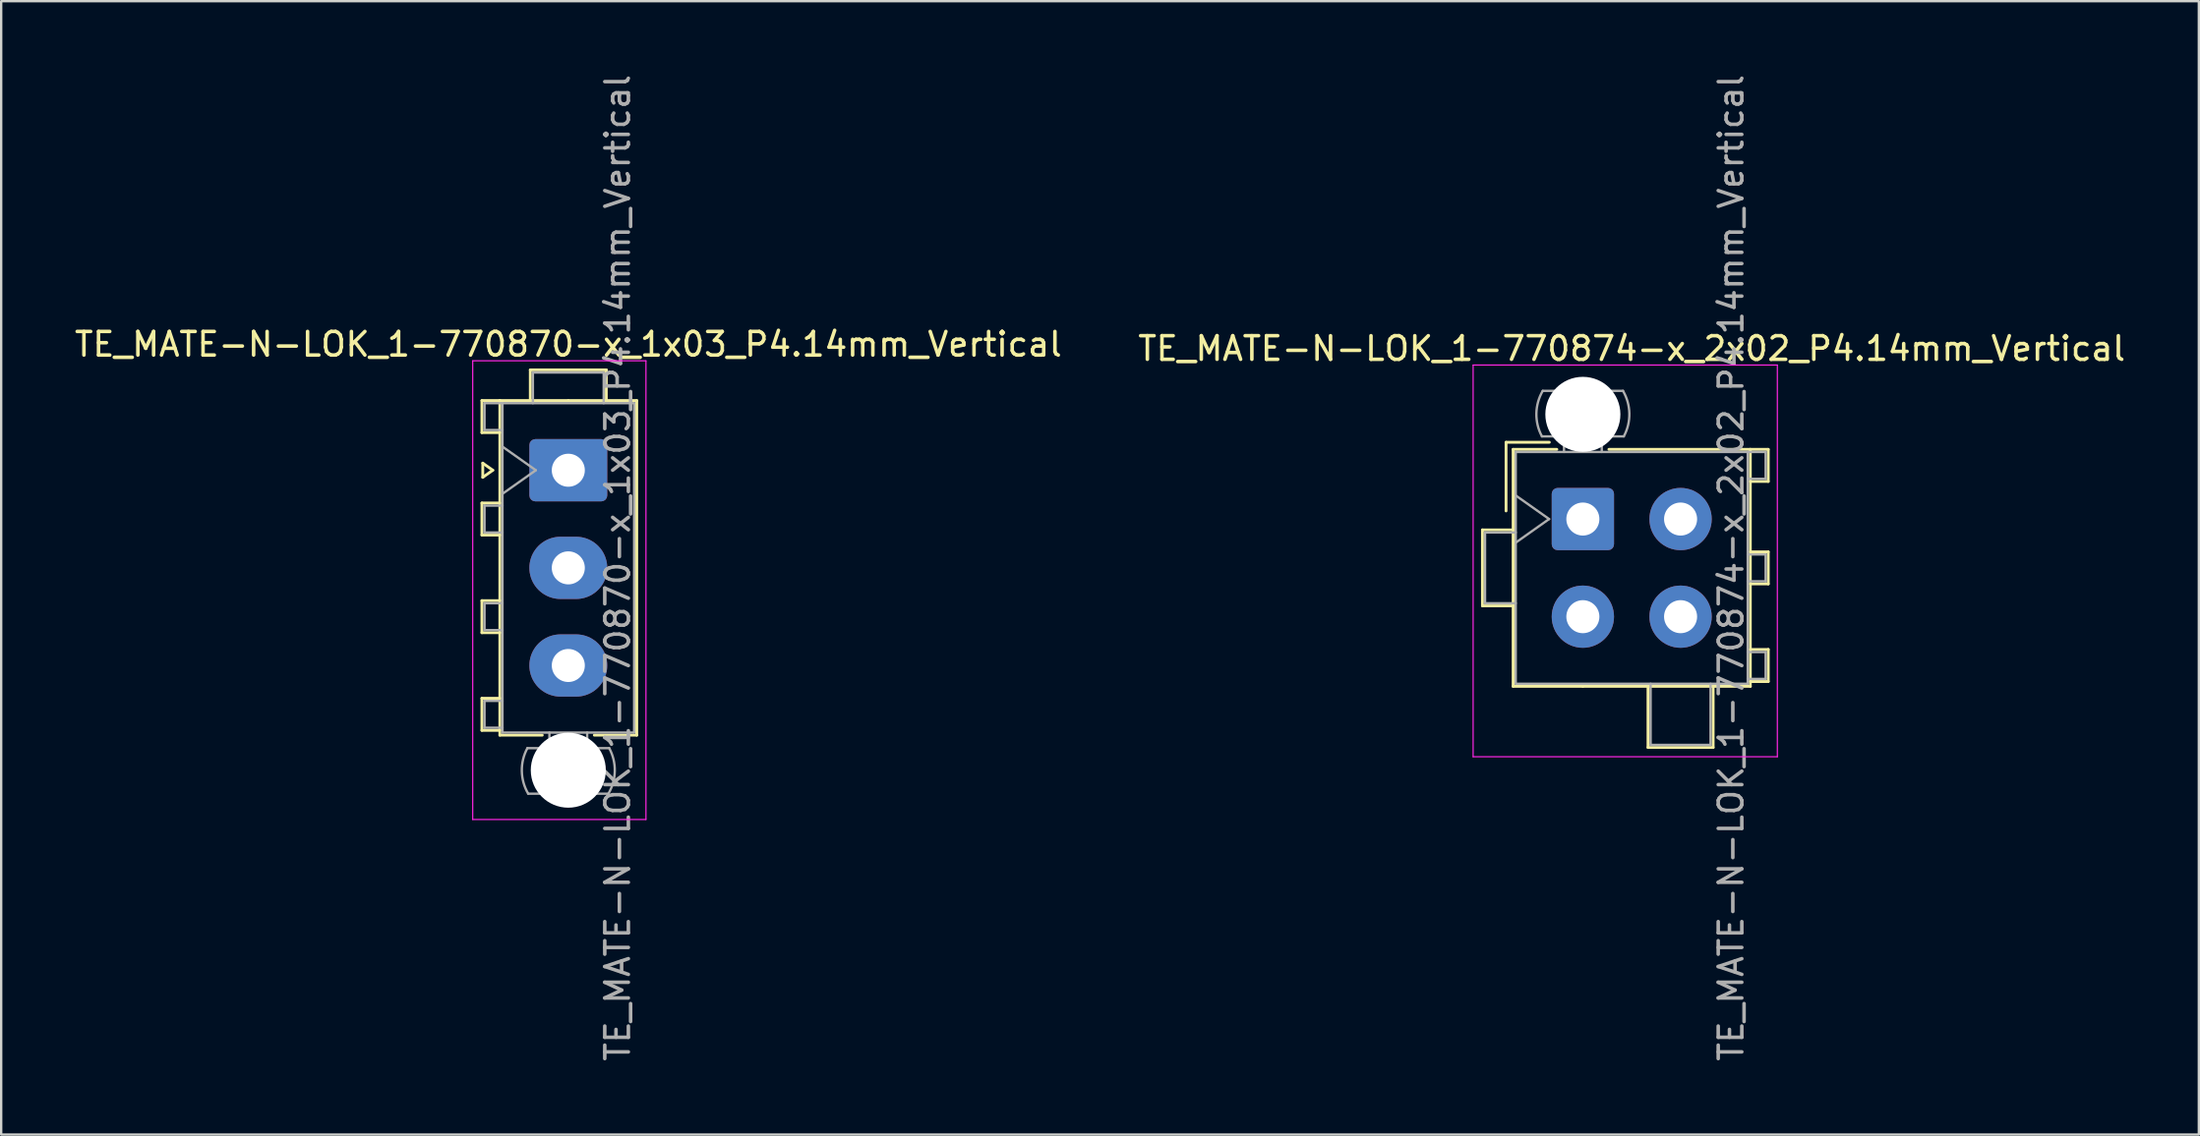
<source format=kicad_pcb>
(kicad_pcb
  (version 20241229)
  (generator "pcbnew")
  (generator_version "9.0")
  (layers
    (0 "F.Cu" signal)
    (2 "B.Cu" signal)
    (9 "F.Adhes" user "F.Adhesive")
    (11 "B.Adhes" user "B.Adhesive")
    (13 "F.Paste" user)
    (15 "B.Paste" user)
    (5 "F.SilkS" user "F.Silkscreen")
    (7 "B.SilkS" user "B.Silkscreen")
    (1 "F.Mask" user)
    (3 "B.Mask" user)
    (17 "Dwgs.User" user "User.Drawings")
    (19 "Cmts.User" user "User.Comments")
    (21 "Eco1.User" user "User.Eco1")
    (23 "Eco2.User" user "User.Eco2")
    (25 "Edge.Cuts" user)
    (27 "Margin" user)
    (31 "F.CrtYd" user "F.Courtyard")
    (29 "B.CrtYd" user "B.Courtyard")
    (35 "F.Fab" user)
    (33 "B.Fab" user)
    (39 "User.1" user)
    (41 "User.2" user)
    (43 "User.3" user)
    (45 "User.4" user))
  (footprint "TE_MATE-N-LOK_1-770870-x_1x03_P4.14mm_Vertical"
    (layer "F.Cu")
    (at 21.03 16.89)
    (property "Reference" "TE_MATE-N-LOK_1-770870-x_1x03_P4.14mm_Vertical" (at 0 -5.34 0) (layer "F.SilkS") (effects (font (size 1 1) (thickness 0.15))))
    (attr through_hole)
    (fp_line (start -3.66 -2.955) (end -3.66 -1.595) (stroke (width 0.12) (type solid)) (layer "F.SilkS"))
    (fp_line (start -3.66 -1.595) (end -2.9 -1.595) (stroke (width 0.12) (type solid)) (layer "F.SilkS"))
    (fp_line (start -3.66 1.39) (end -3.66 2.75) (stroke (width 0.12) (type solid)) (layer "F.SilkS"))
    (fp_line (start -3.66 2.75) (end -2.9 2.75) (stroke (width 0.12) (type solid)) (layer "F.SilkS"))
    (fp_line (start -3.66 5.53) (end -3.66 6.89) (stroke (width 0.12) (type solid)) (layer "F.SilkS"))
    (fp_line (start -3.66 6.89) (end -2.9 6.89) (stroke (width 0.12) (type solid)) (layer "F.SilkS"))
    (fp_line (start -3.66 9.67) (end -3.66 11.03) (stroke (width 0.12) (type solid)) (layer "F.SilkS"))
    (fp_line (start -3.66 11.03) (end -2.9 11.03) (stroke (width 0.12) (type solid)) (layer "F.SilkS"))
    (fp_line (start -3.624 -0.3) (end -3.2 0) (stroke (width 0.12) (type solid)) (layer "F.SilkS"))
    (fp_line (start -3.624 0.3) (end -3.624 -0.3) (stroke (width 0.12) (type solid)) (layer "F.SilkS"))
    (fp_line (start -3.2 0) (end -3.624 0.3) (stroke (width 0.12) (type solid)) (layer "F.SilkS"))
    (fp_line (start -2.9 -2.955) (end -3.66 -2.955) (stroke (width 0.12) (type solid)) (layer "F.SilkS"))
    (fp_line (start -2.9 -2.955) (end -2.9 11.235) (stroke (width 0.12) (type solid)) (layer "F.SilkS"))
    (fp_line (start -2.9 1.39) (end -3.66 1.39) (stroke (width 0.12) (type solid)) (layer "F.SilkS"))
    (fp_line (start -2.9 5.53) (end -3.66 5.53) (stroke (width 0.12) (type solid)) (layer "F.SilkS"))
    (fp_line (start -2.9 9.67) (end -3.66 9.67) (stroke (width 0.12) (type solid)) (layer "F.SilkS"))
    (fp_line (start -2.9 11.235) (end -1.103 11.235) (stroke (width 0.12) (type solid)) (layer "F.SilkS"))
    (fp_line (start -1.61 -4.255) (end 1.61 -4.255) (stroke (width 0.12) (type solid)) (layer "F.SilkS"))
    (fp_line (start -1.61 -2.955) (end -1.61 -4.255) (stroke (width 0.12) (type solid)) (layer "F.SilkS"))
    (fp_line (start 0 -2.955) (end -2.9 -2.955) (stroke (width 0.12) (type solid)) (layer "F.SilkS"))
    (fp_line (start 0 -2.955) (end 2.9 -2.955) (stroke (width 0.12) (type solid)) (layer "F.SilkS"))
    (fp_line (start 1.61 -4.255) (end 1.61 -2.955) (stroke (width 0.12) (type solid)) (layer "F.SilkS"))
    (fp_line (start 2.9 -2.955) (end 2.9 11.235) (stroke (width 0.12) (type solid)) (layer "F.SilkS"))
    (fp_line (start 2.9 11.235) (end 1.103 11.235) (stroke (width 0.12) (type solid)) (layer "F.SilkS"))
    (fp_line (start -4.05 -4.64) (end -4.05 14.81) (stroke (width 0.05) (type solid)) (layer "F.CrtYd"))
    (fp_line (start -4.05 14.81) (end 3.29 14.81) (stroke (width 0.05) (type solid)) (layer "F.CrtYd"))
    (fp_line (start 3.29 -4.64) (end -4.05 -4.64) (stroke (width 0.05) (type solid)) (layer "F.CrtYd"))
    (fp_line (start 3.29 14.81) (end 3.29 -4.64) (stroke (width 0.05) (type solid)) (layer "F.CrtYd"))
    (fp_line (start -3.55 -2.845) (end -3.55 -1.705) (stroke (width 0.1) (type solid)) (layer "F.Fab"))
    (fp_line (start -3.55 -1.705) (end -2.79 -1.705) (stroke (width 0.1) (type solid)) (layer "F.Fab"))
    (fp_line (start -3.55 1.5) (end -3.55 2.64) (stroke (width 0.1) (type solid)) (layer "F.Fab"))
    (fp_line (start -3.55 2.64) (end -2.79 2.64) (stroke (width 0.1) (type solid)) (layer "F.Fab"))
    (fp_line (start -3.55 5.64) (end -3.55 6.78) (stroke (width 0.1) (type solid)) (layer "F.Fab"))
    (fp_line (start -3.55 6.78) (end -2.79 6.78) (stroke (width 0.1) (type solid)) (layer "F.Fab"))
    (fp_line (start -3.55 9.78) (end -3.55 10.92) (stroke (width 0.1) (type solid)) (layer "F.Fab"))
    (fp_line (start -3.55 10.92) (end -2.79 10.92) (stroke (width 0.1) (type solid)) (layer "F.Fab"))
    (fp_line (start -2.79 -2.845) (end -3.55 -2.845) (stroke (width 0.1) (type solid)) (layer "F.Fab"))
    (fp_line (start -2.79 -2.845) (end -2.79 11.125) (stroke (width 0.1) (type solid)) (layer "F.Fab"))
    (fp_line (start -2.79 -1) (end -1.376 0) (stroke (width 0.1) (type solid)) (layer "F.Fab"))
    (fp_line (start -2.79 1.5) (end -3.55 1.5) (stroke (width 0.1) (type solid)) (layer "F.Fab"))
    (fp_line (start -2.79 5.64) (end -3.55 5.64) (stroke (width 0.1) (type solid)) (layer "F.Fab"))
    (fp_line (start -2.79 9.78) (end -3.55 9.78) (stroke (width 0.1) (type solid)) (layer "F.Fab"))
    (fp_line (start -2.79 11.125) (end 2.79 11.125) (stroke (width 0.1) (type solid)) (layer "F.Fab"))
    (fp_line (start -1.5 -4.145) (end 1.5 -4.145) (stroke (width 0.1) (type solid)) (layer "F.Fab"))
    (fp_line (start -1.5 -2.845) (end -1.5 -4.145) (stroke (width 0.1) (type solid)) (layer "F.Fab"))
    (fp_line (start -1.376 0) (end -2.79 1) (stroke (width 0.1) (type solid)) (layer "F.Fab"))
    (fp_line (start -0.8 11.125) (end -0.8 11.785) (stroke (width 0.1) (type solid)) (layer "F.Fab"))
    (fp_line (start 0.8 11.125) (end 0.8 11.785) (stroke (width 0.1) (type solid)) (layer "F.Fab"))
    (fp_line (start 1.5 -4.145) (end 1.5 -2.845) (stroke (width 0.1) (type solid)) (layer "F.Fab"))
    (fp_line (start 1.7 13.716) (end -1.7 13.716) (stroke (width 0.1) (type solid)) (layer "F.Fab"))
    (fp_line (start 1.734 11.785) (end -1.734 11.785) (stroke (width 0.1) (type solid)) (layer "F.Fab"))
    (fp_line (start 2.79 -2.845) (end -2.79 -2.845) (stroke (width 0.1) (type solid)) (layer "F.Fab"))
    (fp_line (start 2.79 11.125) (end 2.79 -2.845) (stroke (width 0.1) (type solid)) (layer "F.Fab"))
    (fp_arc (start -1.699672 13.716) (mid -1.969689 12.754992) (end -1.733977 11.785) (stroke (width 0.1) (type solid)) (layer "F.Fab"))
    (fp_arc (start 1.733977 11.785) (mid 1.96969 12.754992) (end 1.699672 13.716) (stroke (width 0.1) (type solid)) (layer "F.Fab"))
    (fp_text user "${REFERENCE}" (at 2.09 4.14 90) (layer "F.Fab") (effects (font (size 1 1) (thickness 0.15))))
    (pad "" np_thru_hole circle (at 0 12.72) (size 3.18 3.18) (drill 3.18) (layers "*.Cu" "*.Mask"))
    (pad "1" thru_hole roundrect (at 0 0) (size 3.3 2.64) (drill 1.4) (layers "*.Cu" "*.Mask") (roundrect_rratio 0.095))
    (pad "2" thru_hole oval (at 0 4.14) (size 3.3 2.64) (drill 1.4) (layers "*.Cu" "*.Mask"))
    (pad "3" thru_hole oval (at 0 8.28) (size 3.3 2.64) (drill 1.4) (layers "*.Cu" "*.Mask")))
  (footprint "TE_MATE-N-LOK_1-770874-x_2x02_P4.14mm_Vertical"
    (layer "F.Cu")
    (at 64.019 18.96)
    (property "Reference" "TE_MATE-N-LOK_1-770874-x_2x02_P4.14mm_Vertical" (at 2.07 -7.23 0) (layer "F.SilkS") (effects (font (size 1 1) (thickness 0.15))))
    (attr through_hole)
    (fp_line (start -4.255 0.46) (end -4.255 3.68) (stroke (width 0.12) (type solid)) (layer "F.SilkS"))
    (fp_line (start -4.255 3.68) (end -2.955 3.68) (stroke (width 0.12) (type solid)) (layer "F.SilkS"))
    (fp_line (start -3.255 -3.255) (end -3.255 -0.345) (stroke (width 0.12) (type solid)) (layer "F.SilkS"))
    (fp_line (start -2.955 -2.955) (end -2.955 7.095) (stroke (width 0.12) (type solid)) (layer "F.SilkS"))
    (fp_line (start -2.955 0.46) (end -4.255 0.46) (stroke (width 0.12) (type solid)) (layer "F.SilkS"))
    (fp_line (start -2.955 7.095) (end 0 7.095) (stroke (width 0.12) (type solid)) (layer "F.SilkS"))
    (fp_line (start -1.421 -3.255) (end -3.255 -3.255) (stroke (width 0.12) (type solid)) (layer "F.SilkS"))
    (fp_line (start -1.103 -2.955) (end -2.955 -2.955) (stroke (width 0.12) (type solid)) (layer "F.SilkS"))
    (fp_line (start 1.103 -2.955) (end 7.095 -2.955) (stroke (width 0.12) (type solid)) (layer "F.SilkS"))
    (fp_line (start 2.76 7.095) (end 2.76 9.686) (stroke (width 0.12) (type solid)) (layer "F.SilkS"))
    (fp_line (start 2.76 9.686) (end 5.52 9.686) (stroke (width 0.12) (type solid)) (layer "F.SilkS"))
    (fp_line (start 5.52 9.686) (end 5.52 7.095) (stroke (width 0.12) (type solid)) (layer "F.SilkS"))
    (fp_line (start 7.095 -2.955) (end 7.095 7.095) (stroke (width 0.12) (type solid)) (layer "F.SilkS"))
    (fp_line (start 7.095 -2.955) (end 7.855 -2.955) (stroke (width 0.12) (type solid)) (layer "F.SilkS"))
    (fp_line (start 7.095 1.39) (end 7.855 1.39) (stroke (width 0.12) (type solid)) (layer "F.SilkS"))
    (fp_line (start 7.095 5.53) (end 7.855 5.53) (stroke (width 0.12) (type solid)) (layer "F.SilkS"))
    (fp_line (start 7.095 7.095) (end 0 7.095) (stroke (width 0.12) (type solid)) (layer "F.SilkS"))
    (fp_line (start 7.855 -2.955) (end 7.855 -1.595) (stroke (width 0.12) (type solid)) (layer "F.SilkS"))
    (fp_line (start 7.855 -1.595) (end 7.095 -1.595) (stroke (width 0.12) (type solid)) (layer "F.SilkS"))
    (fp_line (start 7.855 1.39) (end 7.855 2.75) (stroke (width 0.12) (type solid)) (layer "F.SilkS"))
    (fp_line (start 7.855 2.75) (end 7.095 2.75) (stroke (width 0.12) (type solid)) (layer "F.SilkS"))
    (fp_line (start 7.855 5.53) (end 7.855 6.89) (stroke (width 0.12) (type solid)) (layer "F.SilkS"))
    (fp_line (start 7.855 6.89) (end 7.095 6.89) (stroke (width 0.12) (type solid)) (layer "F.SilkS"))
    (fp_line (start -4.65 -6.53) (end -4.65 10.08) (stroke (width 0.05) (type solid)) (layer "F.CrtYd"))
    (fp_line (start -4.65 10.08) (end 8.24 10.08) (stroke (width 0.05) (type solid)) (layer "F.CrtYd"))
    (fp_line (start 8.24 -6.53) (end -4.65 -6.53) (stroke (width 0.05) (type solid)) (layer "F.CrtYd"))
    (fp_line (start 8.24 10.08) (end 8.24 -6.53) (stroke (width 0.05) (type solid)) (layer "F.CrtYd"))
    (fp_line (start -4.145 0.57) (end -4.145 3.57) (stroke (width 0.1) (type solid)) (layer "F.Fab"))
    (fp_line (start -4.145 3.57) (end -2.845 3.57) (stroke (width 0.1) (type solid)) (layer "F.Fab"))
    (fp_line (start -2.845 -2.845) (end -2.845 6.985) (stroke (width 0.1) (type solid)) (layer "F.Fab"))
    (fp_line (start -2.845 -1) (end -1.431 0) (stroke (width 0.1) (type solid)) (layer "F.Fab"))
    (fp_line (start -2.845 0.57) (end -4.145 0.57) (stroke (width 0.1) (type solid)) (layer "F.Fab"))
    (fp_line (start -2.845 6.985) (end 6.985 6.985) (stroke (width 0.1) (type solid)) (layer "F.Fab"))
    (fp_line (start -1.431 0) (end -2.845 1) (stroke (width 0.1) (type solid)) (layer "F.Fab"))
    (fp_line (start -0.8 -2.845) (end -0.8 -3.505) (stroke (width 0.1) (type solid)) (layer "F.Fab"))
    (fp_line (start 0.8 -2.845) (end 0.8 -3.505) (stroke (width 0.1) (type solid)) (layer "F.Fab"))
    (fp_line (start 1.7 -5.436) (end -1.7 -5.436) (stroke (width 0.1) (type solid)) (layer "F.Fab"))
    (fp_line (start 1.734 -3.505) (end -1.734 -3.505) (stroke (width 0.1) (type solid)) (layer "F.Fab"))
    (fp_line (start 2.87 6.985) (end 2.87 9.576) (stroke (width 0.1) (type solid)) (layer "F.Fab"))
    (fp_line (start 2.87 9.576) (end 5.41 9.576) (stroke (width 0.1) (type solid)) (layer "F.Fab"))
    (fp_line (start 5.41 9.576) (end 5.41 6.985) (stroke (width 0.1) (type solid)) (layer "F.Fab"))
    (fp_line (start 6.985 -2.845) (end -2.845 -2.845) (stroke (width 0.1) (type solid)) (layer "F.Fab"))
    (fp_line (start 6.985 -2.845) (end 7.745 -2.845) (stroke (width 0.1) (type solid)) (layer "F.Fab"))
    (fp_line (start 6.985 1.5) (end 7.745 1.5) (stroke (width 0.1) (type solid)) (layer "F.Fab"))
    (fp_line (start 6.985 5.64) (end 7.745 5.64) (stroke (width 0.1) (type solid)) (layer "F.Fab"))
    (fp_line (start 6.985 6.985) (end 6.985 -2.845) (stroke (width 0.1) (type solid)) (layer "F.Fab"))
    (fp_line (start 7.745 -2.845) (end 7.745 -1.705) (stroke (width 0.1) (type solid)) (layer "F.Fab"))
    (fp_line (start 7.745 -1.705) (end 6.985 -1.705) (stroke (width 0.1) (type solid)) (layer "F.Fab"))
    (fp_line (start 7.745 1.5) (end 7.745 2.64) (stroke (width 0.1) (type solid)) (layer "F.Fab"))
    (fp_line (start 7.745 2.64) (end 6.985 2.64) (stroke (width 0.1) (type solid)) (layer "F.Fab"))
    (fp_line (start 7.745 5.64) (end 7.745 6.78) (stroke (width 0.1) (type solid)) (layer "F.Fab"))
    (fp_line (start 7.745 6.78) (end 6.985 6.78) (stroke (width 0.1) (type solid)) (layer "F.Fab"))
    (fp_arc (start -1.733977 -3.505) (mid -1.96969 -4.474992) (end -1.699672 -5.436) (stroke (width 0.1) (type solid)) (layer "F.Fab"))
    (fp_arc (start 1.699672 -5.436) (mid 1.969689 -4.474992) (end 1.733977 -3.505) (stroke (width 0.1) (type solid)) (layer "F.Fab"))
    (fp_text user "${REFERENCE}" (at 6.28 2.07 90) (layer "F.Fab") (effects (font (size 1 1) (thickness 0.15))))
    (pad "" np_thru_hole circle (at 0 -4.44) (size 3.18 3.18) (drill 3.18) (layers "*.Cu" "*.Mask"))
    (pad "1" thru_hole roundrect (at 0 0) (size 2.64 2.64) (drill 1.4) (layers "*.Cu" "*.Mask") (roundrect_rratio 0.095))
    (pad "2" thru_hole circle (at 0 4.14) (size 2.64 2.64) (drill 1.4) (layers "*.Cu" "*.Mask"))
    (pad "3" thru_hole circle (at 4.14 0) (size 2.64 2.64) (drill 1.4) (layers "*.Cu" "*.Mask"))
    (pad "4" thru_hole circle (at 4.14 4.14) (size 2.64 2.64) (drill 1.4) (layers "*.Cu" "*.Mask")))
  (gr_rect
    (start -3 -3)
    (end 90.119 45.06)
    (stroke (width 0.1) (type default))
    (fill no)
    (layer "Edge.Cuts")))
</source>
